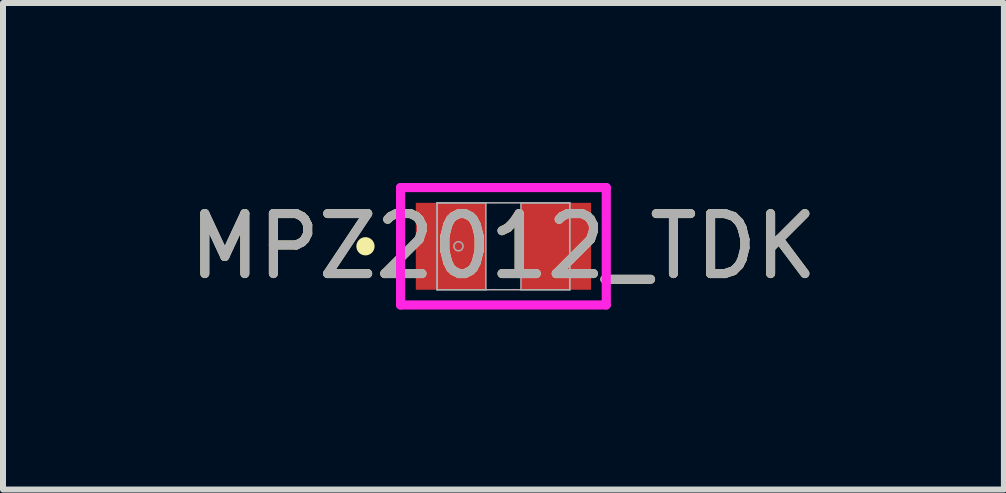
<source format=kicad_pcb>
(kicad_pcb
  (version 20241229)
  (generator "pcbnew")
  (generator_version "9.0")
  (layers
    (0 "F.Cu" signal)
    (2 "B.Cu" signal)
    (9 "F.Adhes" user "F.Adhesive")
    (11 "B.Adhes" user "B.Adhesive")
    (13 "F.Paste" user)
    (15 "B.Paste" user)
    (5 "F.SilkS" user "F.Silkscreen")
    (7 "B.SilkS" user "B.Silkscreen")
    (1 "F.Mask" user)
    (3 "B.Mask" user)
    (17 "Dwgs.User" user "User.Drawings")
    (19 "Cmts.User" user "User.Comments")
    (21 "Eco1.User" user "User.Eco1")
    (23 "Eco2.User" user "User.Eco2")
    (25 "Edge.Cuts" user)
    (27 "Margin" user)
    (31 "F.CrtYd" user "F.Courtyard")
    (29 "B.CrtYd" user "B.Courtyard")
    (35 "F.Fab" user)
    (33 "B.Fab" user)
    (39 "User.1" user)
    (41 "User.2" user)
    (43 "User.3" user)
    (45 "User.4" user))
  (footprint "MPZ2012_TDK"
    (layer "F.Cu")
    (at 5.339 1.054)
    (property "Reference" "MPZ2012_TDK" (at 0 0 0) (unlocked yes) (layer "F.SilkS") (effects (font (size 1 1) (thickness 0.15))))
    (attr smd)
    (fp_circle (center -2.299 0) (end -2.223 0) (stroke (width 0.152) (type solid)) (fill no) (layer "F.SilkS"))
    (fp_line (start -1.714 -0.978) (end 1.714 -0.978) (stroke (width 0.152) (type solid)) (layer "F.CrtYd"))
    (fp_line (start -1.714 0.978) (end -1.714 -0.978) (stroke (width 0.152) (type solid)) (layer "F.CrtYd"))
    (fp_line (start 1.714 -0.978) (end 1.714 0.978) (stroke (width 0.152) (type solid)) (layer "F.CrtYd"))
    (fp_line (start 1.714 0.978) (end -1.714 0.978) (stroke (width 0.152) (type solid)) (layer "F.CrtYd"))
    (fp_line (start -1.105 -0.724) (end -1.105 0.724) (stroke (width 0.025) (type solid)) (layer "F.Fab"))
    (fp_line (start -1.105 -0.724) (end -1.105 0.724) (stroke (width 0.025) (type solid)) (layer "F.Fab"))
    (fp_line (start -1.105 0.724) (end -0.292 0.724) (stroke (width 0.025) (type solid)) (layer "F.Fab"))
    (fp_line (start -1.105 0.724) (end 1.105 0.724) (stroke (width 0.025) (type solid)) (layer "F.Fab"))
    (fp_line (start -0.292 -0.724) (end -1.105 -0.724) (stroke (width 0.025) (type solid)) (layer "F.Fab"))
    (fp_line (start -0.292 0.724) (end -0.292 -0.724) (stroke (width 0.025) (type solid)) (layer "F.Fab"))
    (fp_line (start 0.292 -0.724) (end 0.292 0.724) (stroke (width 0.025) (type solid)) (layer "F.Fab"))
    (fp_line (start 0.292 0.724) (end 1.105 0.724) (stroke (width 0.025) (type solid)) (layer "F.Fab"))
    (fp_line (start 1.105 -0.724) (end -1.105 -0.724) (stroke (width 0.025) (type solid)) (layer "F.Fab"))
    (fp_line (start 1.105 -0.724) (end 0.292 -0.724) (stroke (width 0.025) (type solid)) (layer "F.Fab"))
    (fp_line (start 1.105 0.724) (end 1.105 -0.724) (stroke (width 0.025) (type solid)) (layer "F.Fab"))
    (fp_line (start 1.105 0.724) (end 1.105 -0.724) (stroke (width 0.025) (type solid)) (layer "F.Fab"))
    (fp_circle (center -0.749 0) (end -0.673 0) (stroke (width 0.025) (type solid)) (fill no) (layer "F.Fab"))
    (fp_text user "${REFERENCE}" (at 0 0 0) (unlocked yes) (layer "F.Fab") (effects (font (size 1 1) (thickness 0.15))))
    (pad "1" smd rect (at -0.876 0) (size 1.168 1.448) (layers "F.Cu" "F.Mask" "F.Paste"))
    (pad "2" smd rect (at 0.876 0) (size 1.168 1.448) (layers "F.Cu" "F.Mask" "F.Paste"))
    (zone (net_name "") (layer "F.Cu") (hatch full 0.508) (connect_pads) (min_thickness 0.254) (filled_areas_thickness no) (keepout (tracks not_allowed) (vias not_allowed) (pads allowed) (copperpour not_allowed) (footprints allowed)) (placement (enabled no)) (fill) (polygon (pts (xy 5.098 0.381) (xy 5.581 0.381) (xy 5.581 1.727) (xy 5.098 1.727)))))
  (gr_rect
    (start -3 -3)
    (end 13.679 5.108)
    (stroke (width 0.1) (type default))
    (fill no)
    (layer "Edge.Cuts")))
</source>
